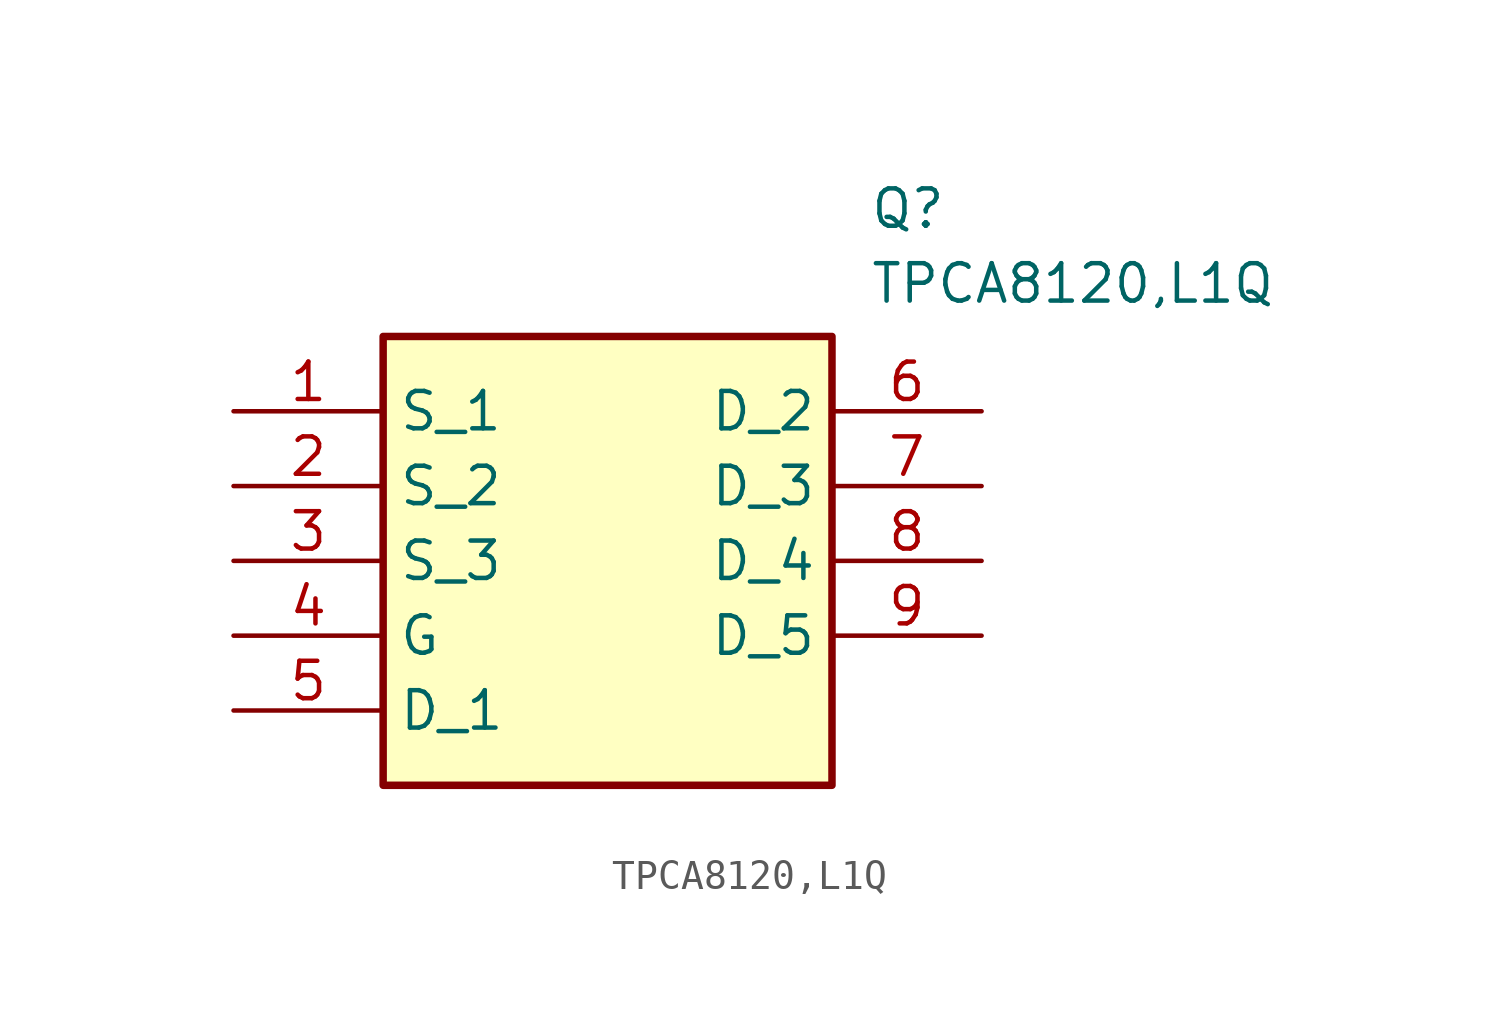
<source format=kicad_sym>
(kicad_symbol_lib
  (version 20211014)
  (generator SamacSys_ECAD_Model)
  (symbol "TPCA8120,L1Q"
    (property "Reference" "Q"
      (at 21.59 7.62 0)
      (effects (font (size 1.27 1.27)) (justify left top)))
    (property "Value" "TPCA8120,L1Q"
      (at 21.59 5.08 0)
      (effects (font (size 1.27 1.27)) (justify left top)))
    (rectangle
      (start 5.08 2.54)
      (end 20.32 -12.7)
      (stroke (width 0.254) (type default))
      (fill (type background)))
    (pin passive line
      (at 0 0 0)
      (length 5.08)
      (name "S_1" (effects (font (size 1.27 1.27))))
      (number "1" (effects (font (size 1.27 1.27)))))
    (pin passive line
      (at 0 -2.54 0)
      (length 5.08)
      (name "S_2" (effects (font (size 1.27 1.27))))
      (number "2" (effects (font (size 1.27 1.27)))))
    (pin passive line
      (at 0 -5.08 0)
      (length 5.08)
      (name "S_3" (effects (font (size 1.27 1.27))))
      (number "3" (effects (font (size 1.27 1.27)))))
    (pin passive line
      (at 0 -7.62 0)
      (length 5.08)
      (name "G" (effects (font (size 1.27 1.27))))
      (number "4" (effects (font (size 1.27 1.27)))))
    (pin passive line
      (at 0 -10.16 0)
      (length 5.08)
      (name "D_1" (effects (font (size 1.27 1.27))))
      (number "5" (effects (font (size 1.27 1.27)))))
    (pin passive line
      (at 25.4 0 180)
      (length 5.08)
      (name "D_2" (effects (font (size 1.27 1.27))))
      (number "6" (effects (font (size 1.27 1.27)))))
    (pin passive line
      (at 25.4 -2.54 180)
      (length 5.08)
      (name "D_3" (effects (font (size 1.27 1.27))))
      (number "7" (effects (font (size 1.27 1.27)))))
    (pin passive line
      (at 25.4 -5.08 180)
      (length 5.08)
      (name "D_4" (effects (font (size 1.27 1.27))))
      (number "8" (effects (font (size 1.27 1.27)))))
    (pin passive line
      (at 25.4 -7.62 180)
      (length 5.08)
      (name "D_5" (effects (font (size 1.27 1.27))))
      (number "9" (effects (font (size 1.27 1.27)))))))
</source>
